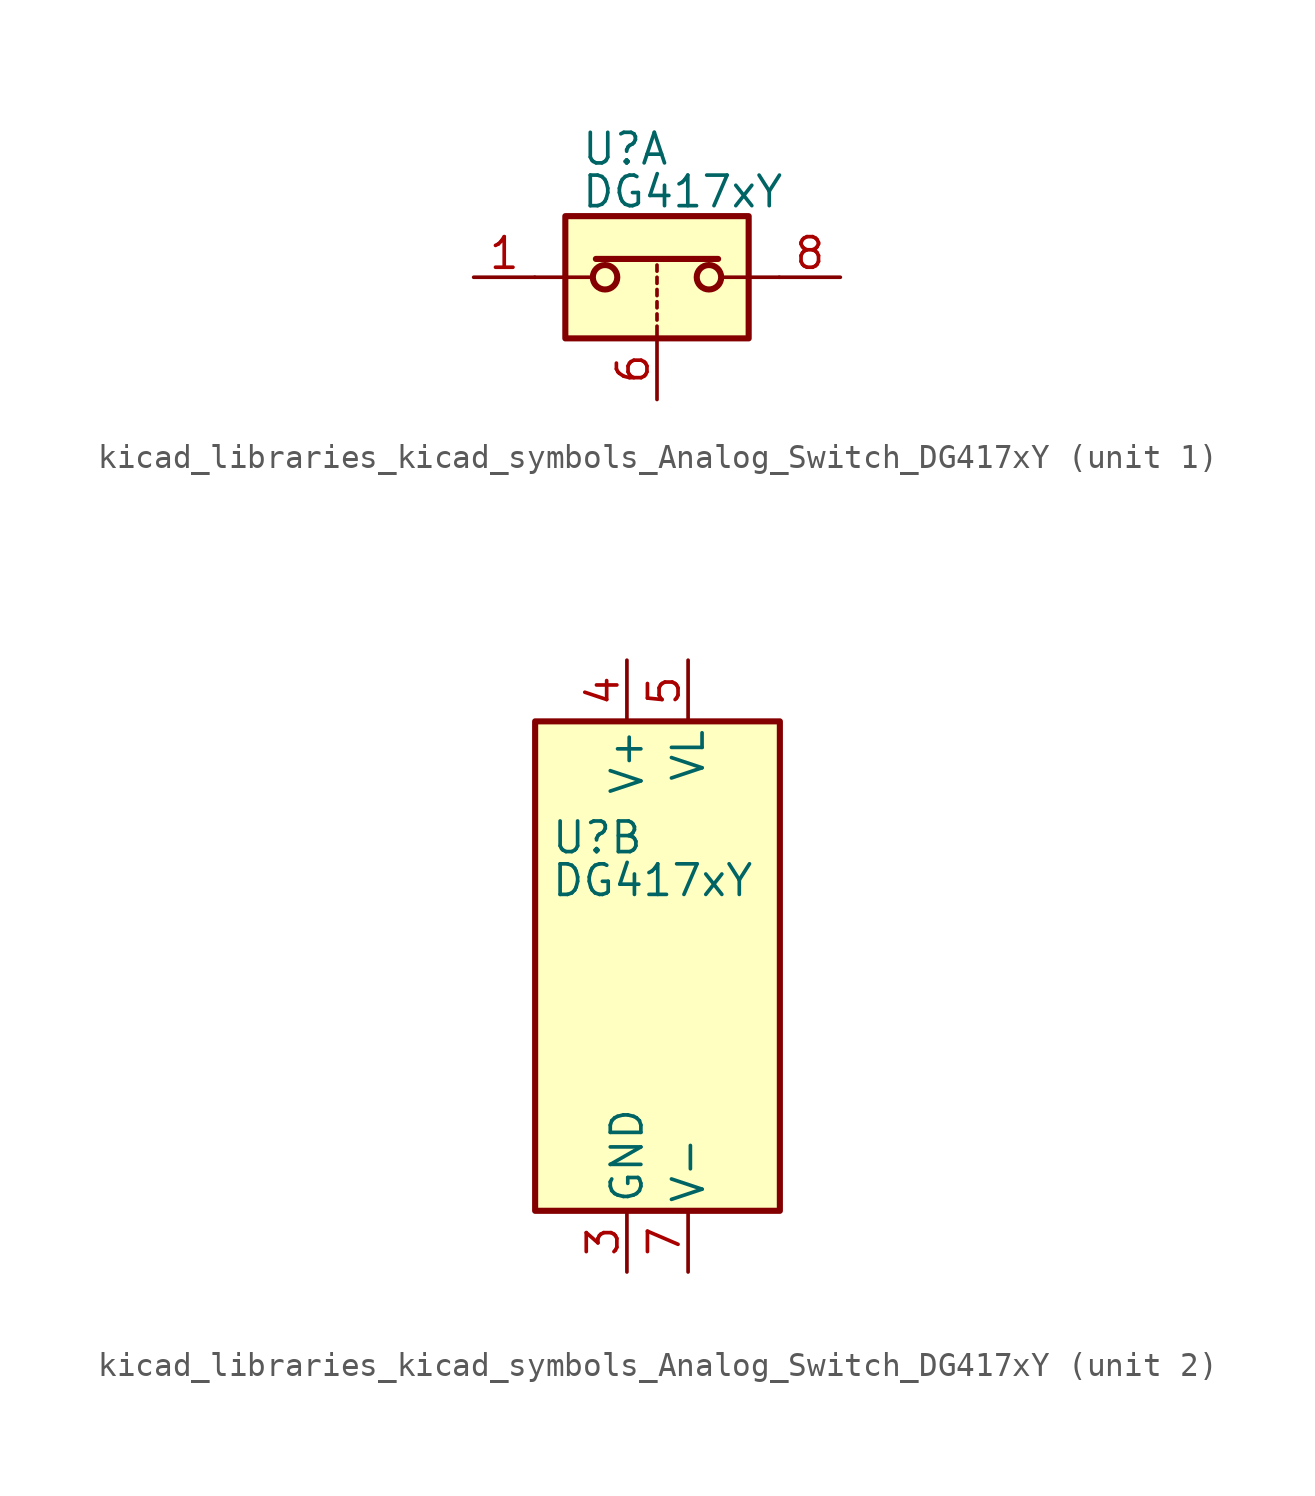
<source format=kicad_sym>
(kicad_symbol_lib
  (version 20220914)
  (generator kicad_symbol_editor)
  (symbol "kicad_libraries_kicad_symbols_Analog_Switch_DG417xY"
    (pin_names
      (offset 0.254))
    (property "Reference" "U"
      (at -3.175 5.334 0)
      (effects (font (size 1.27 1.27)) (justify left)))
    (property "Value" "DG417xY"
      (at -3.175 3.556 0)
      (effects (font (size 1.27 1.27)) (justify left)))
    (symbol "kicad_libraries_kicad_symbols_Analog_Switch_DG417xY_1_1"
      (rectangle (start -3.81 2.54) (end 3.81 -2.54) (stroke (width 0.254) (type default)) (fill (type background)))
      (circle (center -2.159 0) (radius 0.508) (stroke (width 0.254) (type default)) (fill (type none)))
      (polyline (pts (xy -5.08 0) (xy -2.794 0)) (stroke (width 0) (type default)) (fill (type none)))
      (polyline (pts (xy -2.54 0.762) (xy 2.54 0.762)) (stroke (width 0.254) (type default)) (fill (type none)))
      (polyline (pts (xy 0 -2.54) (xy 0 -2.032)) (stroke (width 0) (type default)) (fill (type none)))
      (polyline (pts (xy 0 -1.778) (xy 0 -1.524)) (stroke (width 0) (type default)) (fill (type none)))
      (polyline (pts (xy 0 -1.27) (xy 0 -1.016)) (stroke (width 0) (type default)) (fill (type none)))
      (polyline (pts (xy 0 -0.762) (xy 0 -0.508)) (stroke (width 0) (type default)) (fill (type none)))
      (polyline (pts (xy 0 -0.254) (xy 0 0)) (stroke (width 0) (type default)) (fill (type none)))
      (polyline (pts (xy 0 0.254) (xy 0 0.508)) (stroke (width 0) (type default)) (fill (type none)))
      (polyline (pts (xy 5.08 0) (xy 2.794 0)) (stroke (width 0) (type default)) (fill (type none)))
      (circle (center 2.159 0) (radius 0.508) (stroke (width 0.254) (type default)) (fill (type none)))
      (pin passive line (at -7.62 0 0) (length 2.54) (name "~" (effects (font (size 1.27 1.27)))) (number "1" (effects (font (size 1.27 1.27)))))
      (pin input line (at 0 -5.08 90) (length 2.54) (name "~" (effects (font (size 1.27 1.27)))) (number "6" (effects (font (size 1.27 1.27)))))
      (pin passive line (at 7.62 0 180) (length 2.54) (name "~" (effects (font (size 1.27 1.27)))) (number "8" (effects (font (size 1.27 1.27))))))
    (symbol "kicad_libraries_kicad_symbols_Analog_Switch_DG417xY_2_0"
      (pin no_connect line (at -2.54 10.16 270) (length 2.54) hide (name "NC" (effects (font (size 1.27 1.27)))) (number "2" (effects (font (size 1.27 1.27)))))
      (pin power_in line (at 0 -12.7 90) (length 2.54) (name "GND" (effects (font (size 1.27 1.27)))) (number "3" (effects (font (size 1.27 1.27)))))
      (pin power_in line (at 0 12.7 270) (length 2.54) (name "V+" (effects (font (size 1.27 1.27)))) (number "4" (effects (font (size 1.27 1.27)))))
      (pin power_in line (at 2.54 12.7 270) (length 2.54) (name "VL" (effects (font (size 1.27 1.27)))) (number "5" (effects (font (size 1.27 1.27)))))
      (pin power_in line (at 2.54 -12.7 90) (length 2.54) (name "V-" (effects (font (size 1.27 1.27)))) (number "7" (effects (font (size 1.27 1.27))))))
    (symbol "kicad_libraries_kicad_symbols_Analog_Switch_DG417xY_2_1"
      (rectangle (start -3.81 10.16) (end 6.35 -10.16) (stroke (width 0.254) (type default)) (fill (type background))))))
</source>
